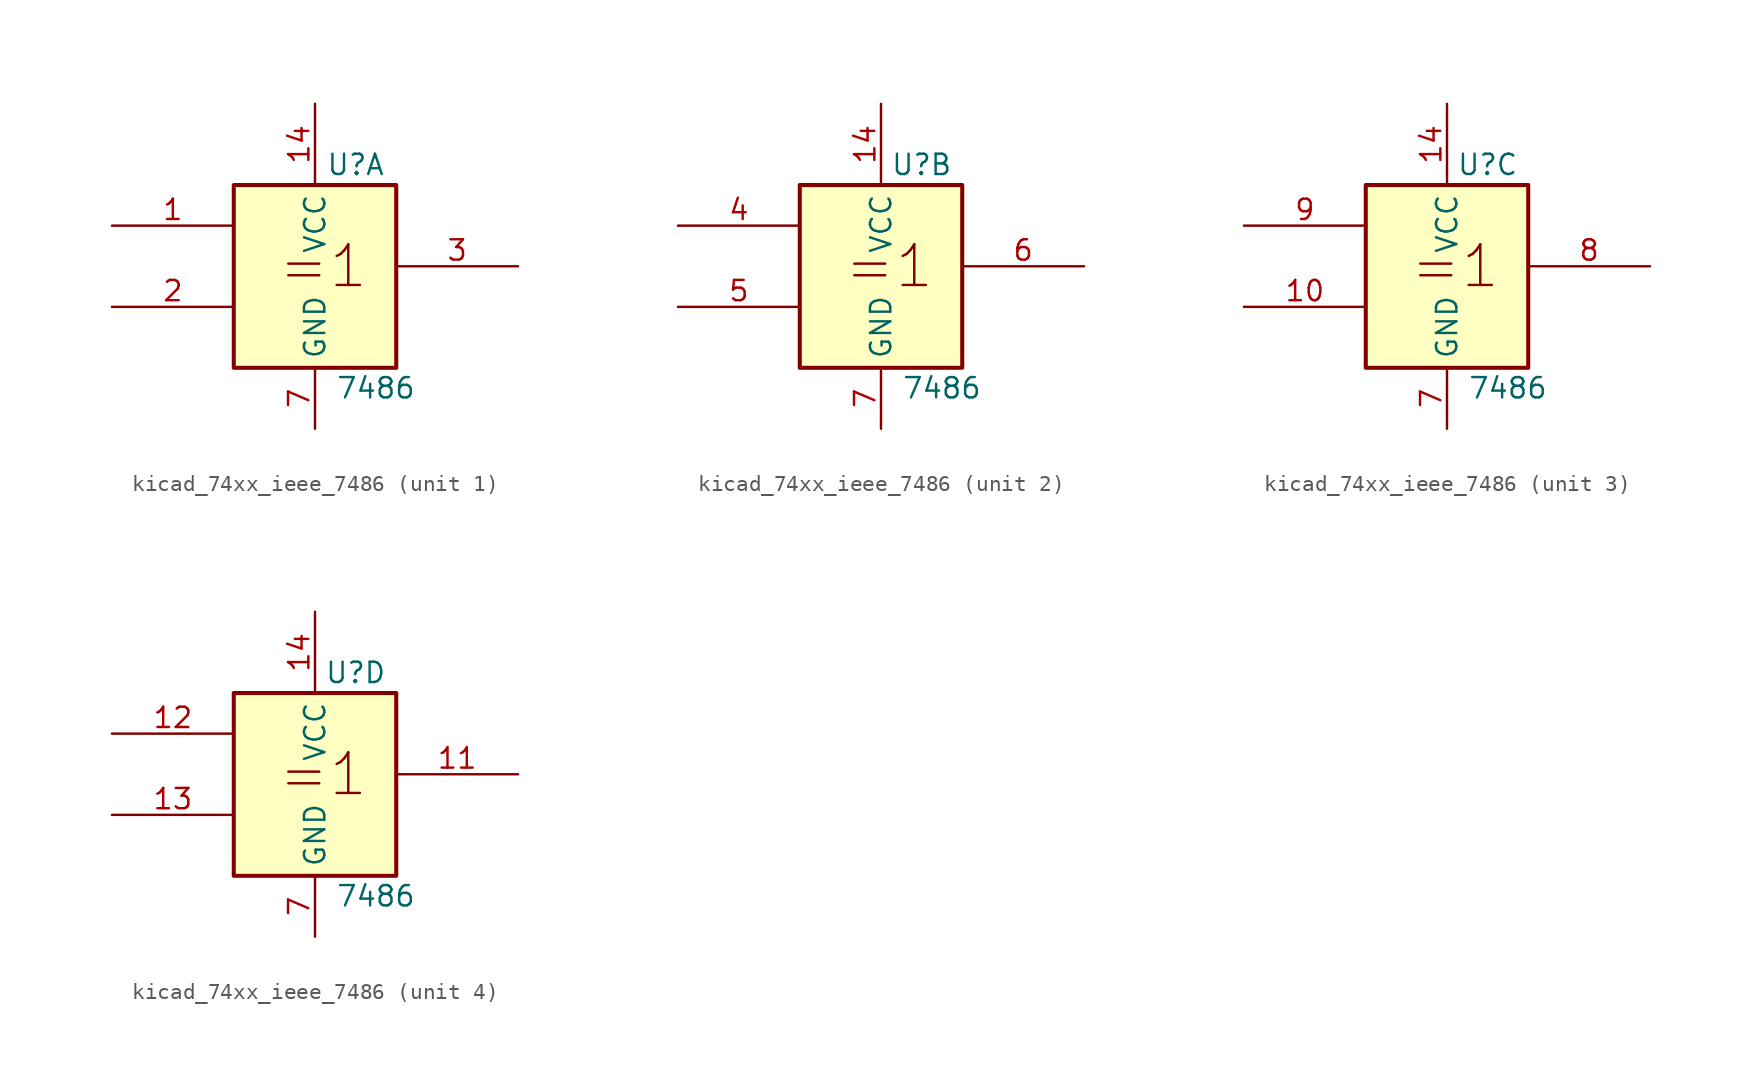
<source format=kicad_sym>
(kicad_symbol_lib
  (version 20220914)
  (generator kicad_symbol_editor)
  (symbol "kicad_74xx_ieee_7486"
    (property "Reference" "U"
      (at 2.54 6.35 0)
      (effects (font (size 1.27 1.27))))
    (property "Value" "7486"
      (at 3.81 -7.62 0)
      (effects (font (size 1.27 1.27))))
    (symbol "kicad_74xx_ieee_7486_0_1"
      (rectangle (start -5.08 5.08) (end 5.08 -6.35) (stroke (width 0.254) (type default)) (fill (type background)))
      (text "=1" (at 0.508 0 0) (effects (font (size 2.54 2.54))))
      (pin power_in line (at 0 10.16 270) (length 5.08) (name "VCC" (effects (font (size 1.27 1.27)))) (number "14" (effects (font (size 1.27 1.27)))))
      (pin power_in line (at 0 -10.16 90) (length 3.81) (name "GND" (effects (font (size 1.27 1.27)))) (number "7" (effects (font (size 1.27 1.27))))))
    (symbol "kicad_74xx_ieee_7486_1_1"
      (pin input line (at -12.7 2.54 0) (length 7.62) (name "~" (effects (font (size 1.27 1.27)))) (number "1" (effects (font (size 1.27 1.27)))))
      (pin input line (at -12.7 -2.54 0) (length 7.62) (name "~" (effects (font (size 1.27 1.27)))) (number "2" (effects (font (size 1.27 1.27)))))
      (pin output line (at 12.7 0 180) (length 7.62) (name "~" (effects (font (size 1.27 1.27)))) (number "3" (effects (font (size 1.27 1.27))))))
    (symbol "kicad_74xx_ieee_7486_2_1"
      (pin input line (at -12.7 2.54 0) (length 7.62) (name "~" (effects (font (size 1.27 1.27)))) (number "4" (effects (font (size 1.27 1.27)))))
      (pin input line (at -12.7 -2.54 0) (length 7.62) (name "~" (effects (font (size 1.27 1.27)))) (number "5" (effects (font (size 1.27 1.27)))))
      (pin output line (at 12.7 0 180) (length 7.62) (name "~" (effects (font (size 1.27 1.27)))) (number "6" (effects (font (size 1.27 1.27))))))
    (symbol "kicad_74xx_ieee_7486_3_1"
      (pin input line (at -12.7 -2.54 0) (length 7.62) (name "~" (effects (font (size 1.27 1.27)))) (number "10" (effects (font (size 1.27 1.27)))))
      (pin output line (at 12.7 0 180) (length 7.62) (name "~" (effects (font (size 1.27 1.27)))) (number "8" (effects (font (size 1.27 1.27)))))
      (pin input line (at -12.7 2.54 0) (length 7.62) (name "~" (effects (font (size 1.27 1.27)))) (number "9" (effects (font (size 1.27 1.27))))))
    (symbol "kicad_74xx_ieee_7486_4_1"
      (pin output line (at 12.7 0 180) (length 7.62) (name "~" (effects (font (size 1.27 1.27)))) (number "11" (effects (font (size 1.27 1.27)))))
      (pin input line (at -12.7 2.54 0) (length 7.62) (name "~" (effects (font (size 1.27 1.27)))) (number "12" (effects (font (size 1.27 1.27)))))
      (pin input line (at -12.7 -2.54 0) (length 7.62) (name "~" (effects (font (size 1.27 1.27)))) (number "13" (effects (font (size 1.27 1.27))))))))
</source>
